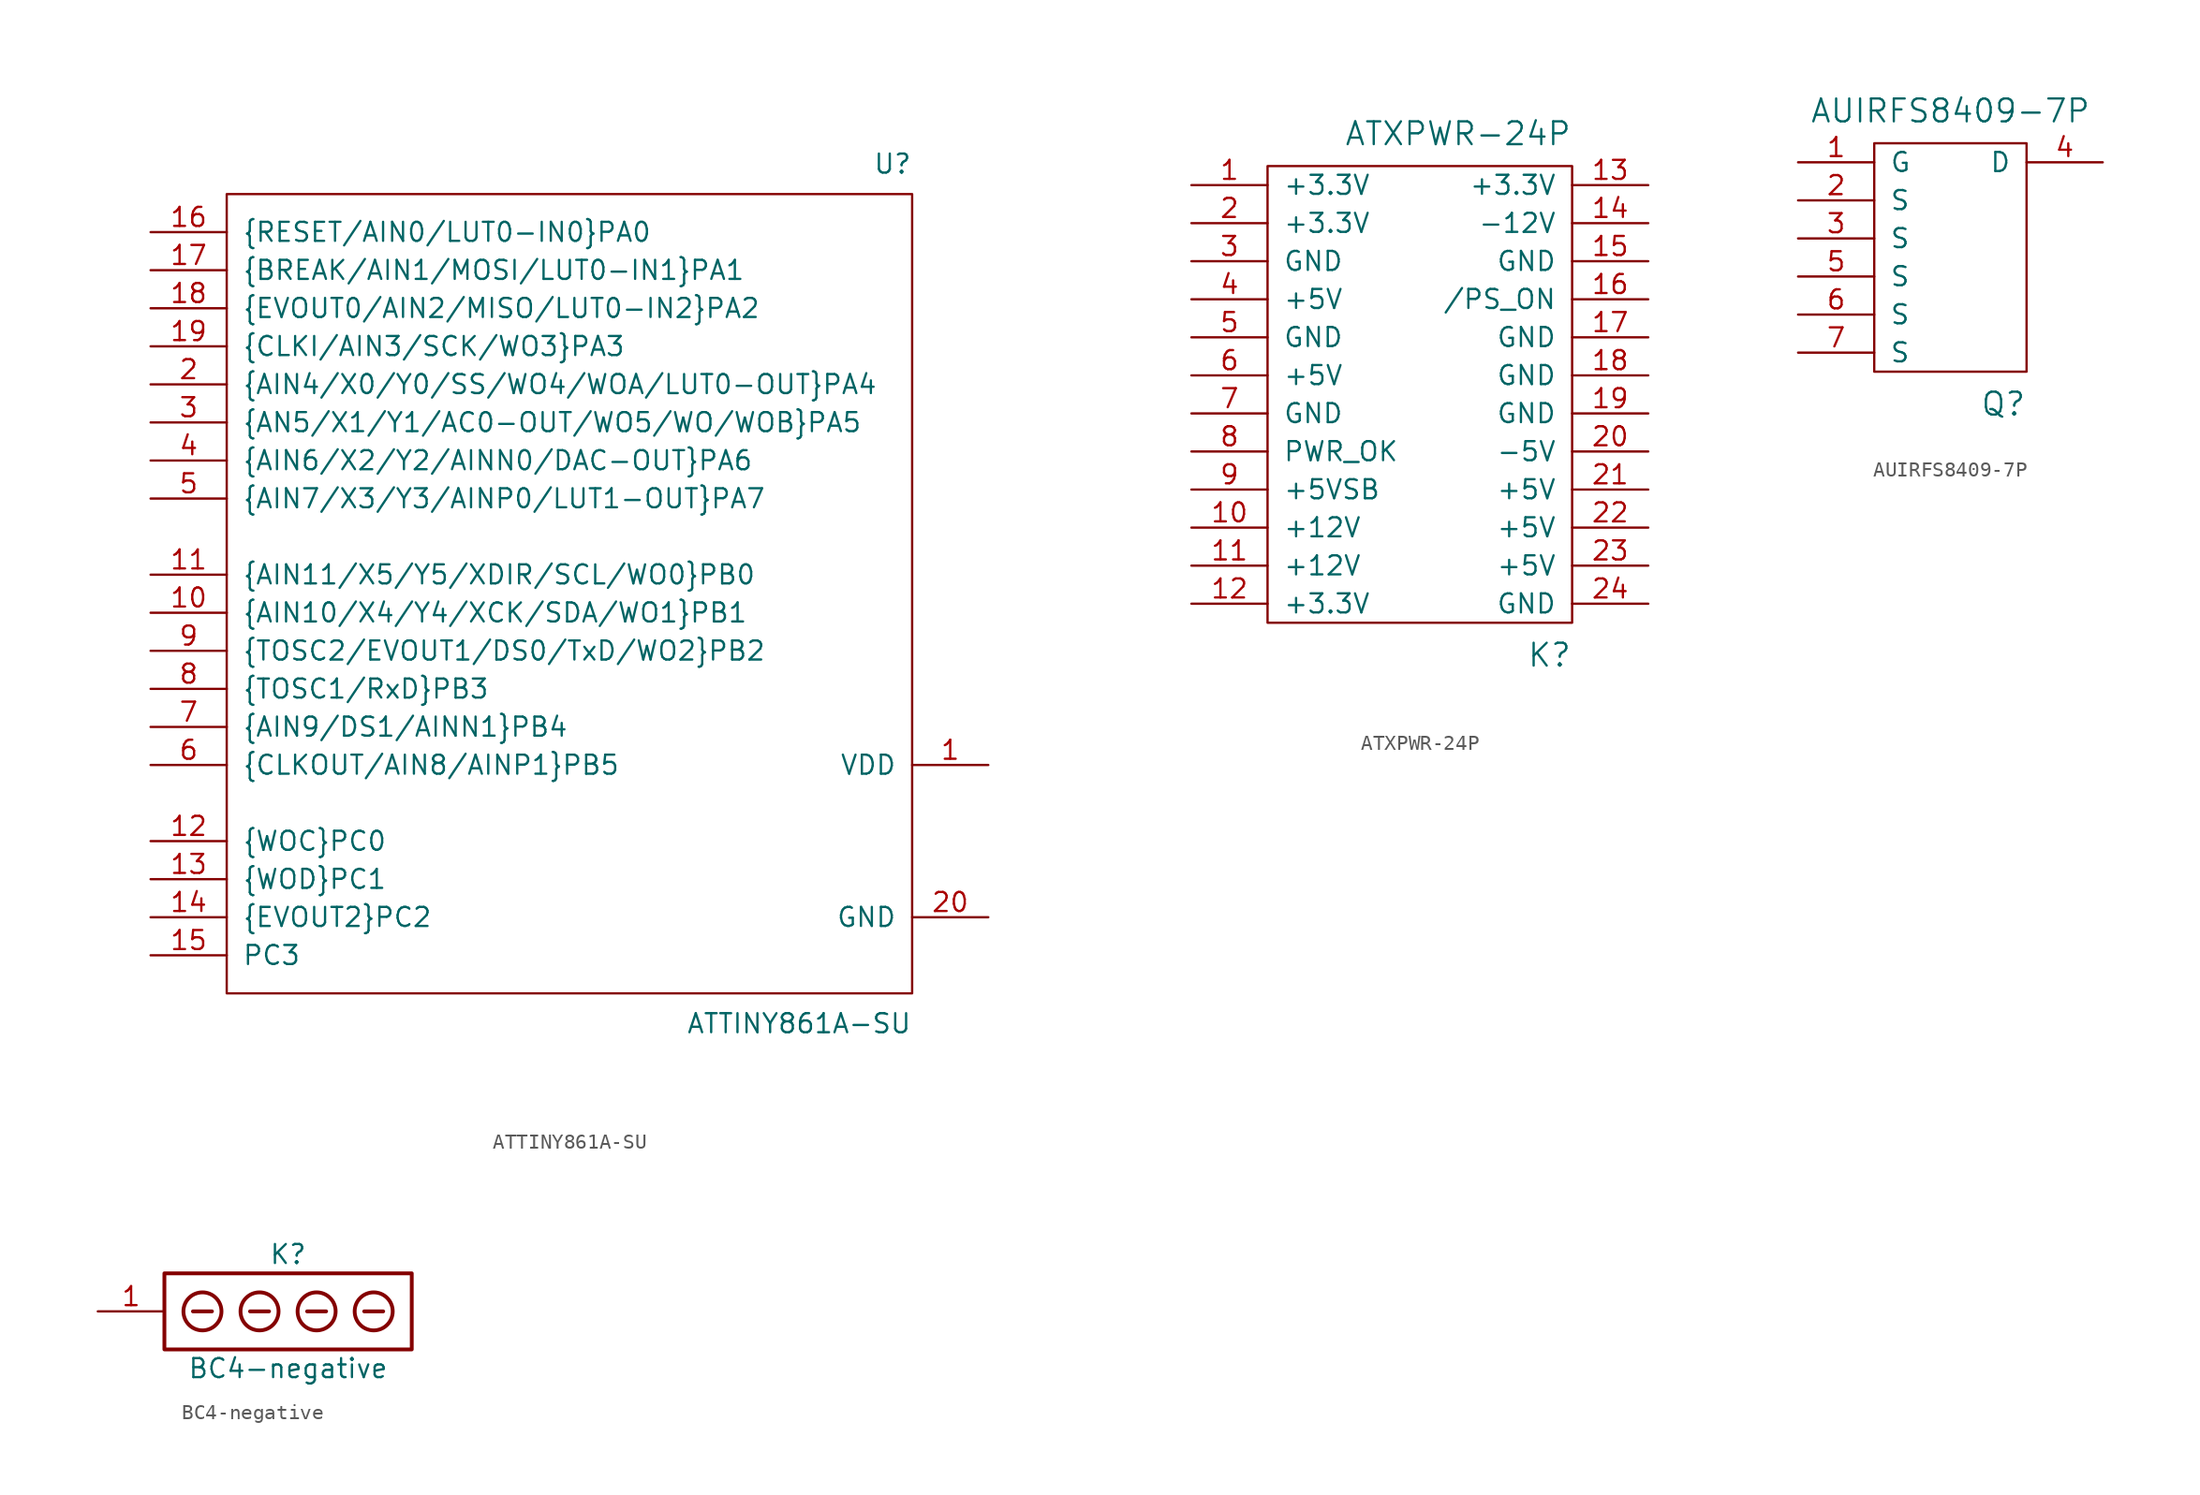
<source format=kicad_sym>
(kicad_symbol_lib
  (version 20211014)
  (generator kicad_symbol_editor)
  (symbol "ATTINY861A-SU"
    (pin_names
      (offset 1.016))
    (property "Reference" "U"
      (at 24.13 29.21 0)
      (effects (font (size 1.27 1.27)) (justify right bottom)))
    (property "Value" "ATTINY861A-SU"
      (at 24.13 -26.67 0)
      (effects (font (size 1.27 1.27)) (justify right top)))
    (property "Footprint" ""
      (at 1.27 5.08 0)
      (effects (font (size 1.016 1.016))))
    (property "Datasheet" ""
      (at 1.27 5.08 0)
      (effects (font (size 1.016 1.016))))
    (symbol "ATTINY861A-SU_0_1"
      (rectangle (start -21.59 27.94) (end 24.13 -25.4) (stroke (width 0) (type default) (color 0 0 0 0)) (fill (type none))))
    (symbol "ATTINY861A-SU_1_1"
      (pin power_in line (at 29.21 -10.16 180) (length 5.08) (name "VDD" (effects (font (size 1.27 1.27)))) (number "1" (effects (font (size 1.27 1.27)))))
      (pin input line (at -26.67 0 0) (length 5.08) (name "{AIN10/X4/Y4/XCK/SDA/WO1}PB1" (effects (font (size 1.27 1.27)))) (number "10" (effects (font (size 1.27 1.27)))))
      (pin input line (at -26.67 2.54 0) (length 5.08) (name "{AIN11/X5/Y5/XDIR/SCL/WO0}PB0" (effects (font (size 1.27 1.27)))) (number "11" (effects (font (size 1.27 1.27)))))
      (pin input line (at -26.67 -15.24 0) (length 5.08) (name "{WOC}PC0" (effects (font (size 1.27 1.27)))) (number "12" (effects (font (size 1.27 1.27)))))
      (pin input line (at -26.67 -17.78 0) (length 5.08) (name "{WOD}PC1" (effects (font (size 1.27 1.27)))) (number "13" (effects (font (size 1.27 1.27)))))
      (pin input line (at -26.67 -20.32 0) (length 5.08) (name "{EVOUT2}PC2" (effects (font (size 1.27 1.27)))) (number "14" (effects (font (size 1.27 1.27)))))
      (pin input line (at -26.67 -22.86 0) (length 5.08) (name "PC3" (effects (font (size 1.27 1.27)))) (number "15" (effects (font (size 1.27 1.27)))))
      (pin input line (at -26.67 25.4 0) (length 5.08) (name "{RESET/AIN0/LUT0-IN0}PA0" (effects (font (size 1.27 1.27)))) (number "16" (effects (font (size 1.27 1.27)))))
      (pin input line (at -26.67 22.86 0) (length 5.08) (name "{BREAK/AIN1/MOSI/LUT0-IN1}PA1" (effects (font (size 1.27 1.27)))) (number "17" (effects (font (size 1.27 1.27)))))
      (pin input line (at -26.67 20.32 0) (length 5.08) (name "{EVOUT0/AIN2/MISO/LUT0-IN2}PA2" (effects (font (size 1.27 1.27)))) (number "18" (effects (font (size 1.27 1.27)))))
      (pin input line (at -26.67 17.78 0) (length 5.08) (name "{CLKI/AIN3/SCK/WO3}PA3" (effects (font (size 1.27 1.27)))) (number "19" (effects (font (size 1.27 1.27)))))
      (pin input line (at -26.67 15.24 0) (length 5.08) (name "{AIN4/X0/Y0/SS/WO4/WOA/LUT0-OUT}PA4" (effects (font (size 1.27 1.27)))) (number "2" (effects (font (size 1.27 1.27)))))
      (pin power_out line (at 29.21 -20.32 180) (length 5.08) (name "GND" (effects (font (size 1.27 1.27)))) (number "20" (effects (font (size 1.27 1.27)))))
      (pin input line (at -26.67 12.7 0) (length 5.08) (name "{AN5/X1/Y1/AC0-OUT/WO5/WO/WOB}PA5" (effects (font (size 1.27 1.27)))) (number "3" (effects (font (size 1.27 1.27)))))
      (pin input line (at -26.67 10.16 0) (length 5.08) (name "{AIN6/X2/Y2/AINN0/DAC-OUT}PA6" (effects (font (size 1.27 1.27)))) (number "4" (effects (font (size 1.27 1.27)))))
      (pin input line (at -26.67 7.62 0) (length 5.08) (name "{AIN7/X3/Y3/AINP0/LUT1-OUT}PA7" (effects (font (size 1.27 1.27)))) (number "5" (effects (font (size 1.27 1.27)))))
      (pin input line (at -26.67 -10.16 0) (length 5.08) (name "{CLKOUT/AIN8/AINP1}PB5" (effects (font (size 1.27 1.27)))) (number "6" (effects (font (size 1.27 1.27)))))
      (pin input line (at -26.67 -7.62 0) (length 5.08) (name "{AIN9/DS1/AINN1}PB4" (effects (font (size 1.27 1.27)))) (number "7" (effects (font (size 1.27 1.27)))))
      (pin input line (at -26.67 -5.08 0) (length 5.08) (name "{TOSC1/RxD}PB3" (effects (font (size 1.27 1.27)))) (number "8" (effects (font (size 1.27 1.27)))))
      (pin input line (at -26.67 -2.54 0) (length 5.08) (name "{TOSC2/EVOUT1/DS0/TxD/WO2}PB2" (effects (font (size 1.27 1.27)))) (number "9" (effects (font (size 1.27 1.27)))))))
  (symbol "ATXPWR-24P"
    (pin_names
      (offset 1.016))
    (property "Reference" "K"
      (at 10.16 -20.32 0)
      (effects (font (size 1.524 1.524)) (justify right top)))
    (property "Value" "ATXPWR-24P"
      (at 10.16 12.7 0)
      (effects (font (size 1.524 1.524)) (justify right bottom)))
    (property "Footprint" ""
      (at 0 0 0)
      (effects (font (size 1.524 1.524))))
    (property "Datasheet" ""
      (at 0 0 0)
      (effects (font (size 1.524 1.524))))
    (symbol "ATXPWR-24P_0_0"
      (rectangle (start 10.16 11.43) (end -10.16 -19.05) (stroke (width 0) (type default) (color 0 0 0 0)) (fill (type none))))
    (symbol "ATXPWR-24P_1_1"
      (pin passive line (at -15.24 10.16 0) (length 5.08) (name "+3.3V" (effects (font (size 1.27 1.27)))) (number "1" (effects (font (size 1.27 1.27)))))
      (pin passive line (at -15.24 -12.7 0) (length 5.08) (name "+12V" (effects (font (size 1.27 1.27)))) (number "10" (effects (font (size 1.27 1.27)))))
      (pin passive line (at -15.24 -15.24 0) (length 5.08) (name "+12V" (effects (font (size 1.27 1.27)))) (number "11" (effects (font (size 1.27 1.27)))))
      (pin passive line (at -15.24 -17.78 0) (length 5.08) (name "+3.3V" (effects (font (size 1.27 1.27)))) (number "12" (effects (font (size 1.27 1.27)))))
      (pin passive line (at 15.24 10.16 180) (length 5.08) (name "+3.3V" (effects (font (size 1.27 1.27)))) (number "13" (effects (font (size 1.27 1.27)))))
      (pin passive line (at 15.24 7.62 180) (length 5.08) (name "-12V" (effects (font (size 1.27 1.27)))) (number "14" (effects (font (size 1.27 1.27)))))
      (pin passive line (at 15.24 5.08 180) (length 5.08) (name "GND" (effects (font (size 1.27 1.27)))) (number "15" (effects (font (size 1.27 1.27)))))
      (pin passive line (at 15.24 2.54 180) (length 5.08) (name "/PS_ON" (effects (font (size 1.27 1.27)))) (number "16" (effects (font (size 1.27 1.27)))))
      (pin passive line (at 15.24 0 180) (length 5.08) (name "GND" (effects (font (size 1.27 1.27)))) (number "17" (effects (font (size 1.27 1.27)))))
      (pin passive line (at 15.24 -2.54 180) (length 5.08) (name "GND" (effects (font (size 1.27 1.27)))) (number "18" (effects (font (size 1.27 1.27)))))
      (pin passive line (at 15.24 -5.08 180) (length 5.08) (name "GND" (effects (font (size 1.27 1.27)))) (number "19" (effects (font (size 1.27 1.27)))))
      (pin passive line (at -15.24 7.62 0) (length 5.08) (name "+3.3V" (effects (font (size 1.27 1.27)))) (number "2" (effects (font (size 1.27 1.27)))))
      (pin passive line (at 15.24 -7.62 180) (length 5.08) (name "-5V" (effects (font (size 1.27 1.27)))) (number "20" (effects (font (size 1.27 1.27)))))
      (pin passive line (at 15.24 -10.16 180) (length 5.08) (name "+5V" (effects (font (size 1.27 1.27)))) (number "21" (effects (font (size 1.27 1.27)))))
      (pin passive line (at 15.24 -12.7 180) (length 5.08) (name "+5V" (effects (font (size 1.27 1.27)))) (number "22" (effects (font (size 1.27 1.27)))))
      (pin passive line (at 15.24 -15.24 180) (length 5.08) (name "+5V" (effects (font (size 1.27 1.27)))) (number "23" (effects (font (size 1.27 1.27)))))
      (pin passive line (at 15.24 -17.78 180) (length 5.08) (name "GND" (effects (font (size 1.27 1.27)))) (number "24" (effects (font (size 1.27 1.27)))))
      (pin passive line (at -15.24 5.08 0) (length 5.08) (name "GND" (effects (font (size 1.27 1.27)))) (number "3" (effects (font (size 1.27 1.27)))))
      (pin passive line (at -15.24 2.54 0) (length 5.08) (name "+5V" (effects (font (size 1.27 1.27)))) (number "4" (effects (font (size 1.27 1.27)))))
      (pin passive line (at -15.24 0 0) (length 5.08) (name "GND" (effects (font (size 1.27 1.27)))) (number "5" (effects (font (size 1.27 1.27)))))
      (pin passive line (at -15.24 -2.54 0) (length 5.08) (name "+5V" (effects (font (size 1.27 1.27)))) (number "6" (effects (font (size 1.27 1.27)))))
      (pin passive line (at -15.24 -5.08 0) (length 5.08) (name "GND" (effects (font (size 1.27 1.27)))) (number "7" (effects (font (size 1.27 1.27)))))
      (pin passive line (at -15.24 -7.62 0) (length 5.08) (name "PWR_OK" (effects (font (size 1.27 1.27)))) (number "8" (effects (font (size 1.27 1.27)))))
      (pin passive line (at -15.24 -10.16 0) (length 5.08) (name "+5VSB" (effects (font (size 1.27 1.27)))) (number "9" (effects (font (size 1.27 1.27)))))))
  (symbol "AUIRFS8409-7P"
    (pin_names
      (offset 1.016))
    (property "Reference" "Q"
      (at 5.08 -11.43 0)
      (effects (font (size 1.524 1.524)) (justify right top)))
    (property "Value" "AUIRFS8409-7P"
      (at 0 6.35 0)
      (effects (font (size 1.524 1.524)) (justify bottom)))
    (property "Datasheet" ""
      (at 0 0 0)
      (effects (font (size 1.524 1.524))))
    (symbol "AUIRFS8409-7P_0_0"
      (rectangle (start -5.08 5.08) (end 5.08 -10.16) (stroke (width 0) (type default) (color 0 0 0 0)) (fill (type none))))
    (symbol "AUIRFS8409-7P_1_1"
      (pin passive line (at -10.16 3.81 0) (length 5.08) (name "G" (effects (font (size 1.27 1.27)))) (number "1" (effects (font (size 1.27 1.27)))))
      (pin passive line (at -10.16 1.27 0) (length 5.08) (name "S" (effects (font (size 1.27 1.27)))) (number "2" (effects (font (size 1.27 1.27)))))
      (pin passive line (at -10.16 -1.27 0) (length 5.08) (name "S" (effects (font (size 1.27 1.27)))) (number "3" (effects (font (size 1.27 1.27)))))
      (pin passive line (at 10.16 3.81 180) (length 5.08) (name "D" (effects (font (size 1.27 1.27)))) (number "4" (effects (font (size 1.27 1.27)))))
      (pin passive line (at -10.16 -3.81 0) (length 5.08) (name "S" (effects (font (size 1.27 1.27)))) (number "5" (effects (font (size 1.27 1.27)))))
      (pin passive line (at -10.16 -6.35 0) (length 5.08) (name "S" (effects (font (size 1.27 1.27)))) (number "6" (effects (font (size 1.27 1.27)))))
      (pin passive line (at -10.16 -8.89 0) (length 5.08) (name "S" (effects (font (size 1.27 1.27)))) (number "7" (effects (font (size 1.27 1.27)))))))
  (symbol "BC4-negative"
    (pin_names
      (offset 1.016))
    (property "Reference" "K"
      (at 0 3.81 0)
      (effects (font (size 1.27 1.27))))
    (property "Value" "BC4-negative"
      (at 0 -3.81 0)
      (effects (font (size 1.27 1.27))))
    (property "Footprint" ""
      (at -1.905 -2.54 0)
      (effects (font (size 1.27 1.27))))
    (property "Datasheet" ""
      (at -1.905 -2.54 0)
      (effects (font (size 1.27 1.27))))
    (symbol "BC4-negative_0_1"
      (rectangle (start -8.255 2.54) (end 8.255 -2.54) (stroke (width 0.254) (type default) (color 0 0 0 0)) (fill (type none)))
      (circle (center -5.715 0) (radius 1.27) (stroke (width 0.254) (type default) (color 0 0 0 0)) (fill (type none)))
      (circle (center -1.905 0) (radius 1.27) (stroke (width 0.254) (type default) (color 0 0 0 0)) (fill (type none)))
      (polyline (pts (xy -6.35 0) (xy -5.08 0)) (stroke (width 0.254) (type default) (color 0 0 0 0)) (fill (type none)))
      (polyline (pts (xy -2.54 0) (xy -1.27 0)) (stroke (width 0.254) (type default) (color 0 0 0 0)) (fill (type none)))
      (polyline (pts (xy 1.27 0) (xy 2.54 0)) (stroke (width 0.254) (type default) (color 0 0 0 0)) (fill (type none)))
      (polyline (pts (xy 5.08 0) (xy 6.35 0) (xy 5.715 0)) (stroke (width 0.254) (type default) (color 0 0 0 0)) (fill (type none)))
      (circle (center 1.905 0) (radius 1.27) (stroke (width 0.254) (type default) (color 0 0 0 0)) (fill (type none)))
      (circle (center 5.715 0) (radius 1.27) (stroke (width 0.254) (type default) (color 0 0 0 0)) (fill (type none))))
    (symbol "BC4-negative_1_1"
      (pin passive line (at -12.7 0 0) (length 4.445) (name "~" (effects (font (size 1.27 1.27)))) (number "1" (effects (font (size 1.27 1.27))))))))
</source>
